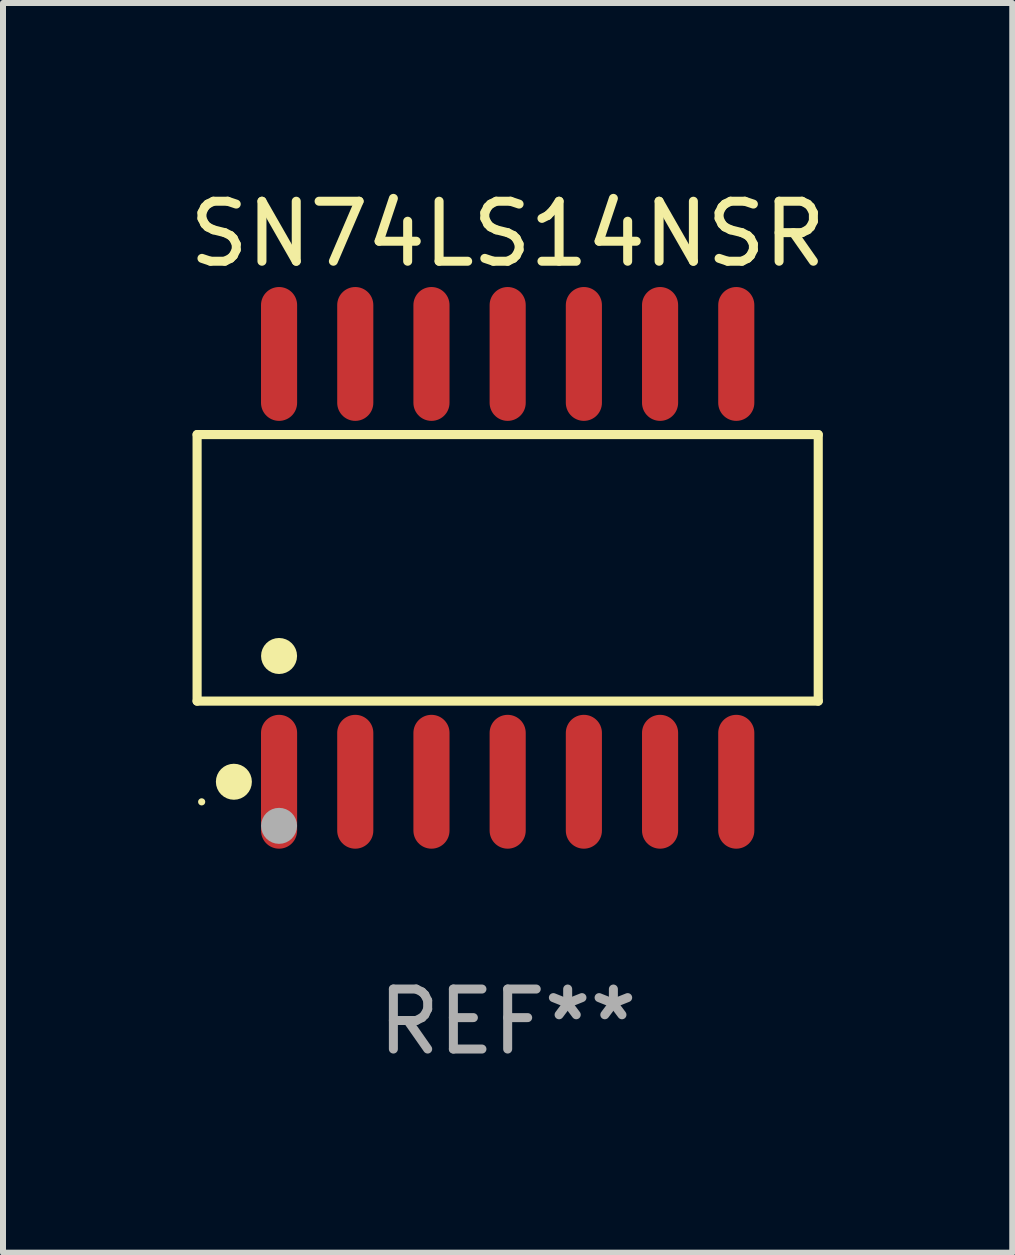
<source format=kicad_pcb>
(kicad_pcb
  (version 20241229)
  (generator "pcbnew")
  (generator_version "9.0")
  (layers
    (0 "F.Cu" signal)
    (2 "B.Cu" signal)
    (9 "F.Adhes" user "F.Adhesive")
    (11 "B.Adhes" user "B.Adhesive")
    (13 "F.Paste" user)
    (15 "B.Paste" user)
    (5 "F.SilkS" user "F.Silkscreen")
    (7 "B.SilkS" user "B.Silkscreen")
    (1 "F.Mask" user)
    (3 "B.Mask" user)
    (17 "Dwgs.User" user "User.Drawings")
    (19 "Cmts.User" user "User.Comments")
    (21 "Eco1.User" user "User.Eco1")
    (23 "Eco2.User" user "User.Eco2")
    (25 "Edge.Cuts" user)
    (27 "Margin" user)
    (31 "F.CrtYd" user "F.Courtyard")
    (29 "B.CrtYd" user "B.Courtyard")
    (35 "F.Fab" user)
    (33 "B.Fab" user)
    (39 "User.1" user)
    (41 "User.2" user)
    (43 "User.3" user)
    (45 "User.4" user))
  (footprint "SN74LS14NSR"
    (layer "F.Cu")
    (at 5.411 6.414)
    (property "Reference" "SN74LS14NSR" (at 0 -5.565 0) (layer "F.SilkS") (effects (font (size 1 1) (thickness 0.15))))
    (attr through_hole)
    (fp_line (start -5.176 -2.221) (end 5.176 -2.221) (stroke (width 0.152) (type solid)) (layer "F.SilkS"))
    (fp_line (start -5.176 2.221) (end -5.176 -2.221) (stroke (width 0.152) (type solid)) (layer "F.SilkS"))
    (fp_line (start 5.176 -2.221) (end 5.176 2.221) (stroke (width 0.152) (type solid)) (layer "F.SilkS"))
    (fp_line (start 5.176 2.221) (end -5.176 2.221) (stroke (width 0.152) (type solid)) (layer "F.SilkS"))
    (fp_circle (center -5.1 3.9) (end -5.07 3.9) (stroke (width 0.06) (type solid)) (fill no) (layer "F.SilkS"))
    (fp_circle (center -4.563 3.565) (end -4.413 3.565) (stroke (width 0.3) (type solid)) (fill no) (layer "F.SilkS"))
    (fp_circle (center -3.81 1.469) (end -3.66 1.469) (stroke (width 0.3) (type solid)) (fill no) (layer "F.SilkS"))
    (fp_circle (center -3.81 4.3) (end -3.66 4.3) (stroke (width 0.3) (type solid)) (fill no) (layer "F.Fab"))
    (fp_text user "REF**" (at 0 7.565 0) (layer "F.Fab") (effects (font (size 1 1) (thickness 0.15))))
    (pad "1" smd oval (at -3.81 3.565) (size 0.602 2.231) (layers "F.Cu" "F.Mask" "F.Paste"))
    (pad "2" smd oval (at -2.54 3.565) (size 0.602 2.231) (layers "F.Cu" "F.Mask" "F.Paste"))
    (pad "3" smd oval (at -1.27 3.565) (size 0.602 2.231) (layers "F.Cu" "F.Mask" "F.Paste"))
    (pad "4" smd oval (at 0 3.565) (size 0.602 2.231) (layers "F.Cu" "F.Mask" "F.Paste"))
    (pad "5" smd oval (at 1.27 3.565) (size 0.602 2.231) (layers "F.Cu" "F.Mask" "F.Paste"))
    (pad "6" smd oval (at 2.54 3.565) (size 0.602 2.231) (layers "F.Cu" "F.Mask" "F.Paste"))
    (pad "7" smd oval (at 3.81 3.565) (size 0.602 2.231) (layers "F.Cu" "F.Mask" "F.Paste"))
    (pad "8" smd oval (at 3.81 -3.565) (size 0.602 2.231) (layers "F.Cu" "F.Mask" "F.Paste"))
    (pad "9" smd oval (at 2.54 -3.565) (size 0.602 2.231) (layers "F.Cu" "F.Mask" "F.Paste"))
    (pad "10" smd oval (at 1.27 -3.565) (size 0.602 2.231) (layers "F.Cu" "F.Mask" "F.Paste"))
    (pad "11" smd oval (at 0 -3.565) (size 0.602 2.231) (layers "F.Cu" "F.Mask" "F.Paste"))
    (pad "12" smd oval (at -1.27 -3.565) (size 0.602 2.231) (layers "F.Cu" "F.Mask" "F.Paste"))
    (pad "13" smd oval (at -2.54 -3.565) (size 0.602 2.231) (layers "F.Cu" "F.Mask" "F.Paste"))
    (pad "14" smd oval (at -3.81 -3.565) (size 0.602 2.231) (layers "F.Cu" "F.Mask" "F.Paste")))
  (gr_rect
    (start -3 -3)
    (end 13.821 17.827)
    (stroke (width 0.1) (type default))
    (fill no)
    (layer "Edge.Cuts")))
</source>
